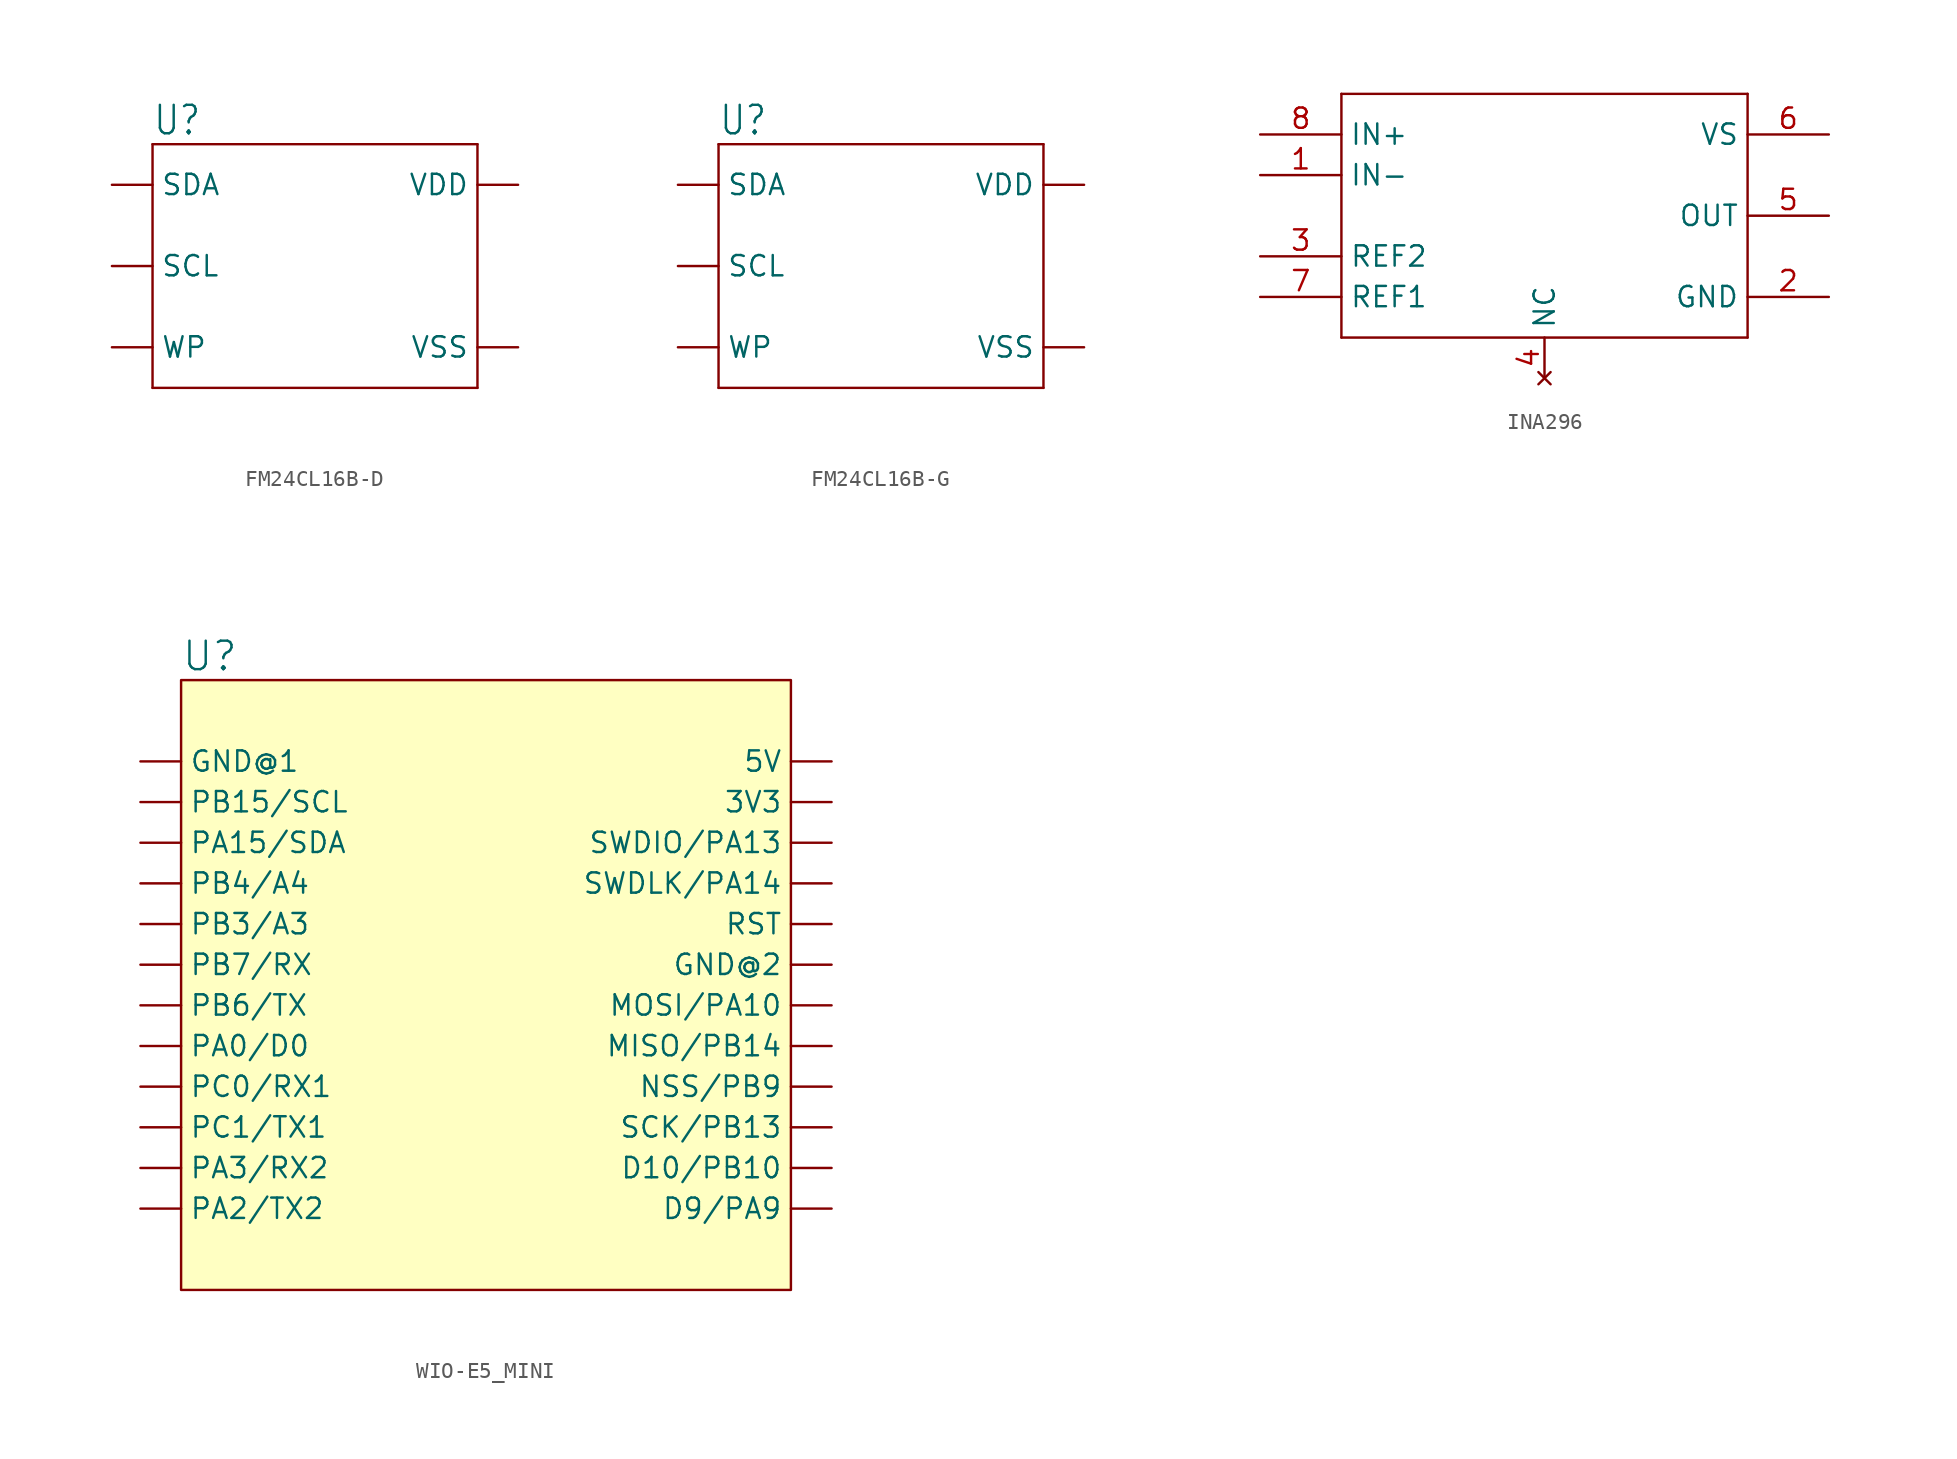
<source format=kicad_sym>
(kicad_symbol_lib
  (version 20220914)
  (generator kicad_symbol_editor)
  (symbol "FM24CL16B-D"
    (property "Reference" "U"
      (at -10.16 10.16 0)
      (effects (font (size 1.778 1.511)) (justify left top)))
    (property "Value" ""
      (at -10.16 -10.16 0)
      (effects (font (size 1.778 1.511)) (justify left bottom)))
    (property "ki_locked" ""
      (at 0 0 0)
      (effects (font (size 1.27 1.27))))
    (symbol "FM24CL16B-D_1_0"
      (polyline (pts (xy -10.16 -7.62) (xy -10.16 7.62)) (stroke (width 0.152) (type solid)) (fill (type none)))
      (polyline (pts (xy -10.16 7.62) (xy 10.16 7.62)) (stroke (width 0.152) (type solid)) (fill (type none)))
      (polyline (pts (xy 10.16 -7.62) (xy -10.16 -7.62)) (stroke (width 0.152) (type solid)) (fill (type none)))
      (polyline (pts (xy 10.16 7.62) (xy 10.16 -7.62)) (stroke (width 0.152) (type solid)) (fill (type none)))
      (pin power_in line (at 12.7 -5.08 180) (length 2.54) (name "VSS" (effects (font (size 1.27 1.27)))) (number "P4" (effects (font (size 0 0)))))
      (pin bidirectional line (at -12.7 5.08 0) (length 2.54) (name "SDA" (effects (font (size 1.27 1.27)))) (number "P5" (effects (font (size 0 0)))))
      (pin bidirectional line (at -12.7 0 0) (length 2.54) (name "SCL" (effects (font (size 1.27 1.27)))) (number "P6" (effects (font (size 0 0)))))
      (pin bidirectional line (at -12.7 -5.08 0) (length 2.54) (name "WP" (effects (font (size 1.27 1.27)))) (number "P7" (effects (font (size 0 0)))))
      (pin power_in line (at 12.7 5.08 180) (length 2.54) (name "VDD" (effects (font (size 1.27 1.27)))) (number "P8" (effects (font (size 0 0)))))))
  (symbol "FM24CL16B-G"
    (property "Reference" "U"
      (at -10.16 10.16 0)
      (effects (font (size 1.778 1.511)) (justify left top)))
    (property "Value" ""
      (at -10.16 -10.16 0)
      (effects (font (size 1.778 1.511)) (justify left bottom)))
    (property "ki_locked" ""
      (at 0 0 0)
      (effects (font (size 1.27 1.27))))
    (symbol "FM24CL16B-G_1_0"
      (polyline (pts (xy -10.16 -7.62) (xy -10.16 7.62)) (stroke (width 0.152) (type solid)) (fill (type none)))
      (polyline (pts (xy -10.16 7.62) (xy 10.16 7.62)) (stroke (width 0.152) (type solid)) (fill (type none)))
      (polyline (pts (xy 10.16 -7.62) (xy -10.16 -7.62)) (stroke (width 0.152) (type solid)) (fill (type none)))
      (polyline (pts (xy 10.16 7.62) (xy 10.16 -7.62)) (stroke (width 0.152) (type solid)) (fill (type none)))
      (pin power_in line (at 12.7 -5.08 180) (length 2.54) (name "VSS" (effects (font (size 1.27 1.27)))) (number "P4" (effects (font (size 0 0)))))
      (pin bidirectional line (at -12.7 5.08 0) (length 2.54) (name "SDA" (effects (font (size 1.27 1.27)))) (number "P5" (effects (font (size 0 0)))))
      (pin bidirectional line (at -12.7 0 0) (length 2.54) (name "SCL" (effects (font (size 1.27 1.27)))) (number "P6" (effects (font (size 0 0)))))
      (pin bidirectional line (at -12.7 -5.08 0) (length 2.54) (name "WP" (effects (font (size 1.27 1.27)))) (number "P7" (effects (font (size 0 0)))))
      (pin power_in line (at 12.7 5.08 180) (length 2.54) (name "VDD" (effects (font (size 1.27 1.27)))) (number "P8" (effects (font (size 0 0)))))))
  (symbol "INA296"
    (property "Reference" "U"
      (at -4.724 11.659 0)
      (effects (font (size 2.083 1.77)) (justify left bottom) hide))
    (property "ki_locked" ""
      (at 0 0 0)
      (effects (font (size 1.27 1.27))))
    (symbol "INA296_1_0"
      (polyline (pts (xy -12.7 -7.62) (xy 12.7 -7.62)) (stroke (width 0.152) (type solid)) (fill (type none)))
      (polyline (pts (xy -12.7 7.62) (xy -12.7 -7.62)) (stroke (width 0.152) (type solid)) (fill (type none)))
      (polyline (pts (xy 12.7 -7.62) (xy 12.7 7.62)) (stroke (width 0.152) (type solid)) (fill (type none)))
      (polyline (pts (xy 12.7 7.62) (xy -12.7 7.62)) (stroke (width 0.152) (type solid)) (fill (type none)))
      (pin input line (at -17.78 2.54 0) (length 5.08) (name "IN-" (effects (font (size 1.27 1.27)))) (number "1" (effects (font (size 1.27 1.27)))))
      (pin power_in line (at 17.78 -5.08 180) (length 5.08) (name "GND" (effects (font (size 1.27 1.27)))) (number "2" (effects (font (size 1.27 1.27)))))
      (pin bidirectional line (at -17.78 -2.54 0) (length 5.08) (name "REF2" (effects (font (size 1.27 1.27)))) (number "3" (effects (font (size 1.27 1.27)))))
      (pin no_connect line (at 0 -10.16 90) (length 2.54) (name "NC" (effects (font (size 1.27 1.27)))) (number "4" (effects (font (size 1.27 1.27)))))
      (pin output line (at 17.78 0 180) (length 5.08) (name "OUT" (effects (font (size 1.27 1.27)))) (number "5" (effects (font (size 1.27 1.27)))))
      (pin power_in line (at 17.78 5.08 180) (length 5.08) (name "VS" (effects (font (size 1.27 1.27)))) (number "6" (effects (font (size 1.27 1.27)))))
      (pin bidirectional line (at -17.78 -5.08 0) (length 5.08) (name "REF1" (effects (font (size 1.27 1.27)))) (number "7" (effects (font (size 1.27 1.27)))))
      (pin input line (at -17.78 5.08 0) (length 5.08) (name "IN+" (effects (font (size 1.27 1.27)))) (number "8" (effects (font (size 1.27 1.27)))))))
  (symbol "WIO-E5_MINI"
    (property "Reference" "U"
      (at -17.78 20.32 0)
      (effects (font (size 1.778 1.778)) (justify left top)))
    (property "Value" ""
      (at -17.78 20.32 0)
      (effects (font (size 1.778 1.778)) (justify left top)))
    (property "ki_locked" ""
      (at 0 0 0)
      (effects (font (size 1.27 1.27))))
    (symbol "WIO-E5_MINI_1_0"
      (pin power_in line (at -20.32 12.7 0) (length 2.54) (name "GND@1" (effects (font (size 1.27 1.27)))) (number "P0" (effects (font (size 0 0)))))
      (pin bidirectional line (at -20.32 10.16 0) (length 2.54) (name "PB15/SCL" (effects (font (size 1.27 1.27)))) (number "P1" (effects (font (size 0 0)))))
      (pin bidirectional line (at -20.32 -12.7 0) (length 2.54) (name "PA3/RX2" (effects (font (size 1.27 1.27)))) (number "P10" (effects (font (size 0 0)))))
      (pin bidirectional line (at -20.32 -15.24 0) (length 2.54) (name "PA2/TX2" (effects (font (size 1.27 1.27)))) (number "P11" (effects (font (size 0 0)))))
      (pin bidirectional line (at 22.86 -15.24 180) (length 2.54) (name "D9/PA9" (effects (font (size 1.27 1.27)))) (number "P12" (effects (font (size 0 0)))))
      (pin bidirectional line (at 22.86 -12.7 180) (length 2.54) (name "D10/PB10" (effects (font (size 1.27 1.27)))) (number "P13" (effects (font (size 0 0)))))
      (pin bidirectional line (at 22.86 -10.16 180) (length 2.54) (name "SCK/PB13" (effects (font (size 1.27 1.27)))) (number "P14" (effects (font (size 0 0)))))
      (pin bidirectional line (at 22.86 -7.62 180) (length 2.54) (name "NSS/PB9" (effects (font (size 1.27 1.27)))) (number "P15" (effects (font (size 0 0)))))
      (pin bidirectional line (at 22.86 -5.08 180) (length 2.54) (name "MISO/PB14" (effects (font (size 1.27 1.27)))) (number "P16" (effects (font (size 0 0)))))
      (pin bidirectional line (at 22.86 -2.54 180) (length 2.54) (name "MOSI/PA10" (effects (font (size 1.27 1.27)))) (number "P17" (effects (font (size 0 0)))))
      (pin power_in line (at 22.86 0 180) (length 2.54) (name "GND@2" (effects (font (size 1.27 1.27)))) (number "P18" (effects (font (size 0 0)))))
      (pin bidirectional line (at 22.86 2.54 180) (length 2.54) (name "RST" (effects (font (size 1.27 1.27)))) (number "P19" (effects (font (size 0 0)))))
      (pin bidirectional line (at -20.32 7.62 0) (length 2.54) (name "PA15/SDA" (effects (font (size 1.27 1.27)))) (number "P2" (effects (font (size 0 0)))))
      (pin bidirectional line (at 22.86 5.08 180) (length 2.54) (name "SWDLK/PA14" (effects (font (size 1.27 1.27)))) (number "P20" (effects (font (size 0 0)))))
      (pin bidirectional line (at 22.86 7.62 180) (length 2.54) (name "SWDIO/PA13" (effects (font (size 1.27 1.27)))) (number "P21" (effects (font (size 0 0)))))
      (pin power_in line (at 22.86 10.16 180) (length 2.54) (name "3V3" (effects (font (size 1.27 1.27)))) (number "P22" (effects (font (size 0 0)))))
      (pin power_in line (at 22.86 12.7 180) (length 2.54) (name "5V" (effects (font (size 1.27 1.27)))) (number "P23" (effects (font (size 0 0)))))
      (pin bidirectional line (at -20.32 5.08 0) (length 2.54) (name "PB4/A4" (effects (font (size 1.27 1.27)))) (number "P3" (effects (font (size 0 0)))))
      (pin bidirectional line (at -20.32 2.54 0) (length 2.54) (name "PB3/A3" (effects (font (size 1.27 1.27)))) (number "P4" (effects (font (size 0 0)))))
      (pin bidirectional line (at -20.32 0 0) (length 2.54) (name "PB7/RX" (effects (font (size 1.27 1.27)))) (number "P5" (effects (font (size 0 0)))))
      (pin bidirectional line (at -20.32 -2.54 0) (length 2.54) (name "PB6/TX" (effects (font (size 1.27 1.27)))) (number "P6" (effects (font (size 0 0)))))
      (pin bidirectional line (at -20.32 -5.08 0) (length 2.54) (name "PA0/D0" (effects (font (size 1.27 1.27)))) (number "P7" (effects (font (size 0 0)))))
      (pin bidirectional line (at -20.32 -7.62 0) (length 2.54) (name "PC0/RX1" (effects (font (size 1.27 1.27)))) (number "P8" (effects (font (size 0 0)))))
      (pin bidirectional line (at -20.32 -10.16 0) (length 2.54) (name "PC1/TX1" (effects (font (size 1.27 1.27)))) (number "P9" (effects (font (size 0 0))))))
    (symbol "WIO-E5_MINI_1_1"
      (rectangle (start -17.78 17.78) (end 20.32 -20.32) (stroke (width 0) (type default)) (fill (type background))))))
</source>
